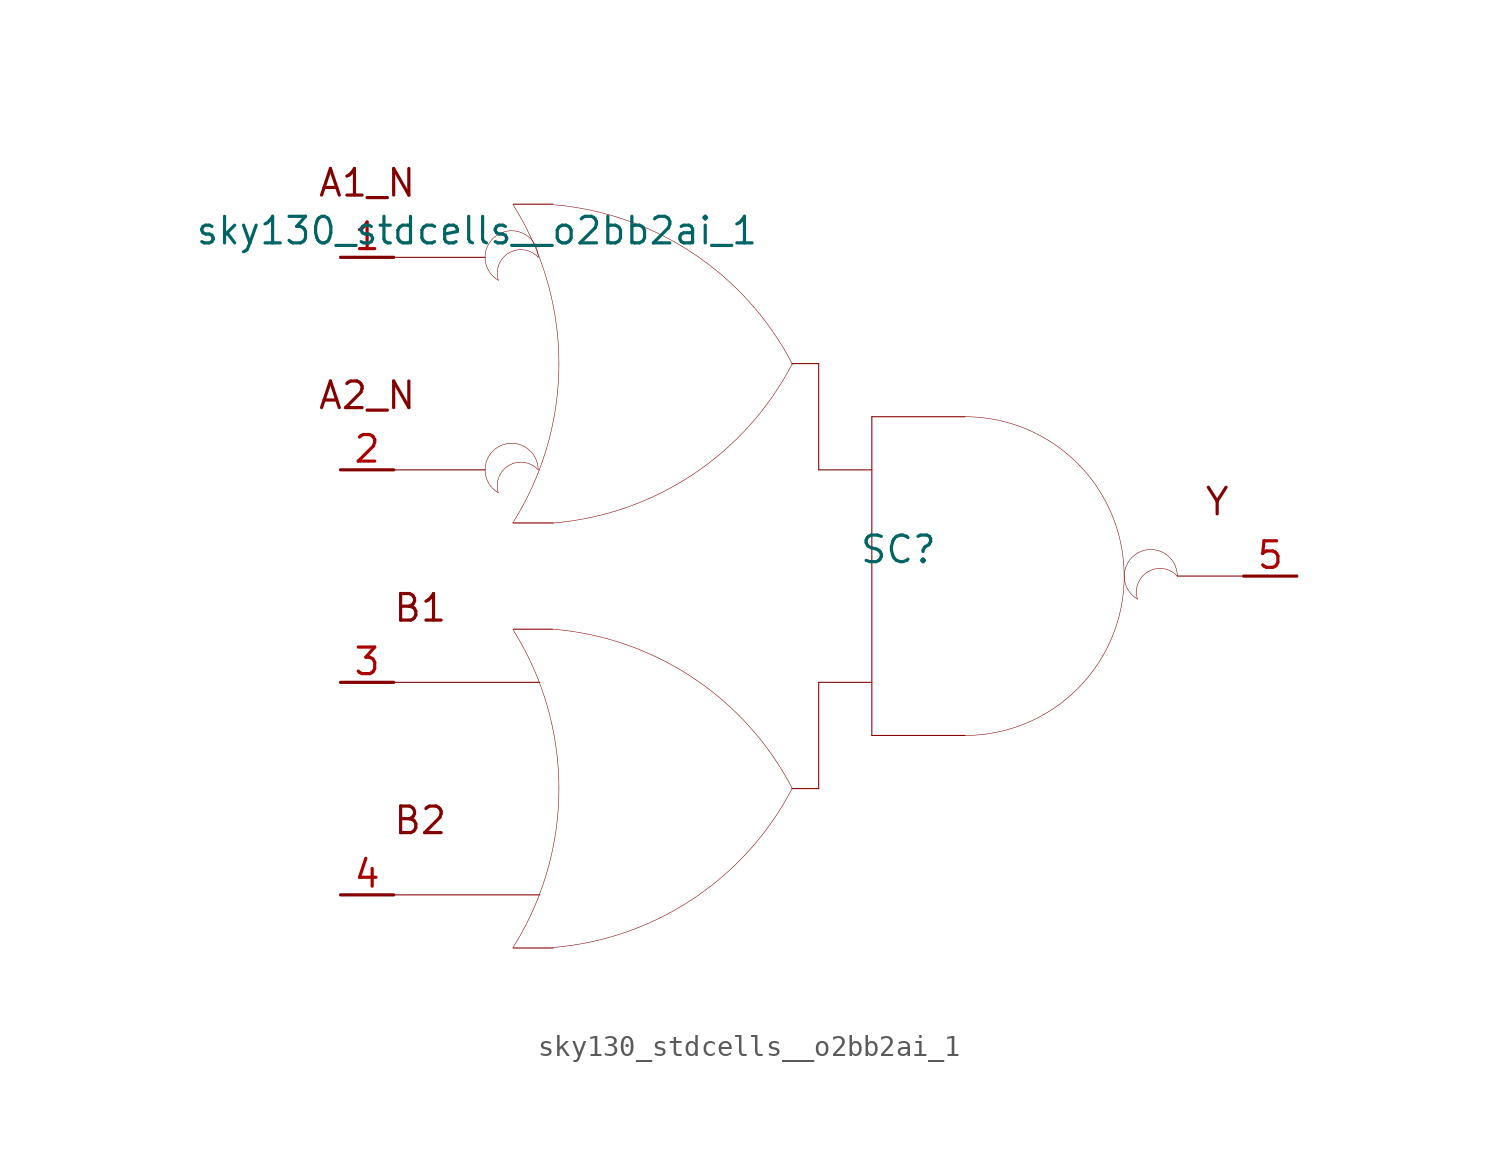
<source format=kicad_sym>
(kicad_symbol_lib
  (version 20211014)
  (generator kicad_symbol_editor)
  (symbol "sky130_stdcells__o2bb2ai_1"
    (pin_names hide)
    (property "Reference" "SC"
      (at 3.81 1.27 0)
      (effects (font (size 1.27 1.27))))
    (property "Value" "sky130_stdcells__o2bb2ai_1"
      (at -2.845 16.51 0)
      (effects (font (size 1.27 1.27)) (justify right)))
    (symbol "sky130_stdcells__o2bb2ai_1_0_0"
      (arc (start -15.3162 6.1799) (mid -15.9512 5.08) (end -15.3162 3.9801) (stroke (width 0.0254) (type default) (color 0 0 0 0)) (fill (type none)))
      (arc (start -15.3162 16.3399) (mid -15.9512 15.24) (end -15.3162 14.1401) (stroke (width 0.0254) (type default) (color 0 0 0 0)) (fill (type none)))
      (arc (start -14.6255 -17.7742) (mid -13.968 -16.618) (end -13.4212 -15.4056) (stroke (width 0.0254) (type default) (color 0 0 0 0)) (fill (type none)))
      (arc (start -14.6255 2.5458) (mid -13.968 3.702) (end -13.4212 4.9144) (stroke (width 0.0254) (type default) (color 0 0 0 0)) (fill (type none)))
      (arc (start -13.4212 -15.4056) (mid -12.9863 -14.1355) (end -12.673 -12.8301) (stroke (width 0.0254) (type default) (color 0 0 0 0)) (fill (type none)))
      (arc (start -13.4212 4.9144) (mid -12.9863 6.1845) (end -12.673 7.4899) (stroke (width 0.0254) (type default) (color 0 0 0 0)) (fill (type none)))
      (arc (start -13.4112 5.08) (mid -15.2681 5.5543) (end -15.3162 3.9801) (stroke (width 0.0254) (type default) (color 0 0 0 0)) (fill (type none)))
      (arc (start -13.4112 5.08) (mid -14.0462 6.1798) (end -15.3162 6.1799) (stroke (width 0.0254) (type default) (color 0 0 0 0)) (fill (type none)))
      (arc (start -13.4112 15.24) (mid -15.2681 15.7143) (end -15.3162 14.1401) (stroke (width 0.0254) (type default) (color 0 0 0 0)) (fill (type none)))
      (arc (start -13.4112 15.24) (mid -14.0462 16.3398) (end -15.3162 16.3399) (stroke (width 0.0254) (type default) (color 0 0 0 0)) (fill (type none)))
      (arc (start -13.403 -4.9607) (mid -13.9512 -3.7352) (end -14.6123 -2.5668) (stroke (width 0.0254) (type default) (color 0 0 0 0)) (fill (type none)))
      (arc (start -13.403 15.3593) (mid -13.9512 16.5848) (end -14.6123 17.7532) (stroke (width 0.0254) (type default) (color 0 0 0 0)) (fill (type none)))
      (arc (start -12.705 -17.7577) (mid -6.011 -15.4332) (end -1.2741 -10.163) (stroke (width 0.0254) (type default) (color 0 0 0 0)) (fill (type none)))
      (arc (start -12.705 2.5369) (mid -6.011 4.8614) (end -1.2741 10.1316) (stroke (width 0.0254) (type default) (color 0 0 0 0)) (fill (type none)))
      (arc (start -12.673 -12.8301) (mid -12.4838 -11.501) (end -12.4206 -10.16) (stroke (width 0.0254) (type default) (color 0 0 0 0)) (fill (type none)))
      (arc (start -12.673 7.4899) (mid -12.4838 8.819) (end -12.4206 10.16) (stroke (width 0.0254) (type default) (color 0 0 0 0)) (fill (type none)))
      (arc (start -12.6684 -7.5144) (mid -12.9761 -6.2204) (end -13.403 -4.9607) (stroke (width 0.0254) (type default) (color 0 0 0 0)) (fill (type none)))
      (arc (start -12.6684 12.8056) (mid -12.9761 14.0996) (end -13.403 15.3593) (stroke (width 0.0254) (type default) (color 0 0 0 0)) (fill (type none)))
      (arc (start -12.4206 -10.16) (mid -12.4827 -8.8314) (end -12.6684 -7.5144) (stroke (width 0.0254) (type default) (color 0 0 0 0)) (fill (type none)))
      (arc (start -12.4206 10.16) (mid -12.4827 11.4886) (end -12.6684 12.8056) (stroke (width 0.0254) (type default) (color 0 0 0 0)) (fill (type none)))
      (arc (start -1.2513 -10.1756) (mid -5.9698 -4.889) (end -12.6556 -2.5411) (stroke (width 0.0254) (type default) (color 0 0 0 0)) (fill (type none)))
      (arc (start -1.2513 10.119) (mid -5.9698 15.4056) (end -12.6556 17.7535) (stroke (width 0.0254) (type default) (color 0 0 0 0)) (fill (type none)))
      (polyline (pts (xy -20.32 -15.24) (xy -13.335 -15.24)) (stroke (width 0.051) (type default) (color 0 0 0 0)) (fill (type none)))
      (polyline (pts (xy -20.32 -5.08) (xy -13.335 -5.08)) (stroke (width 0.051) (type default) (color 0 0 0 0)) (fill (type none)))
      (polyline (pts (xy -20.32 5.08) (xy -15.951 5.08)) (stroke (width 0.051) (type default) (color 0 0 0 0)) (fill (type none)))
      (polyline (pts (xy -20.32 15.24) (xy -15.951 15.24)) (stroke (width 0.051) (type default) (color 0 0 0 0)) (fill (type none)))
      (polyline (pts (xy -14.605 -17.78) (xy -12.7 -17.78)) (stroke (width 0.051) (type default) (color 0 0 0 0)) (fill (type none)))
      (polyline (pts (xy -14.605 -2.54) (xy -12.7 -2.54)) (stroke (width 0.051) (type default) (color 0 0 0 0)) (fill (type none)))
      (polyline (pts (xy -14.605 2.54) (xy -12.7 2.54)) (stroke (width 0.051) (type default) (color 0 0 0 0)) (fill (type none)))
      (polyline (pts (xy -14.605 17.78) (xy -12.7 17.78)) (stroke (width 0.051) (type default) (color 0 0 0 0)) (fill (type none)))
      (polyline (pts (xy -1.27 -10.16) (xy 0 -10.16)) (stroke (width 0.051) (type default) (color 0 0 0 0)) (fill (type none)))
      (polyline (pts (xy -1.27 10.16) (xy 0 10.16)) (stroke (width 0.051) (type default) (color 0 0 0 0)) (fill (type none)))
      (polyline (pts (xy 0 -5.08) (xy 0 -10.16)) (stroke (width 0.051) (type default) (color 0 0 0 0)) (fill (type none)))
      (polyline (pts (xy 0 -5.08) (xy 2.54 -5.08)) (stroke (width 0.051) (type default) (color 0 0 0 0)) (fill (type none)))
      (polyline (pts (xy 0 5.08) (xy 2.54 5.08)) (stroke (width 0.051) (type default) (color 0 0 0 0)) (fill (type none)))
      (polyline (pts (xy 0 10.16) (xy 0 5.08)) (stroke (width 0.051) (type default) (color 0 0 0 0)) (fill (type none)))
      (polyline (pts (xy 2.54 -7.62) (xy 6.985 -7.62)) (stroke (width 0.051) (type default) (color 0 0 0 0)) (fill (type none)))
      (polyline (pts (xy 2.54 7.62) (xy 2.54 -7.62)) (stroke (width 0.051) (type default) (color 0 0 0 0)) (fill (type none)))
      (polyline (pts (xy 2.54 7.62) (xy 6.985 7.62)) (stroke (width 0.051) (type default) (color 0 0 0 0)) (fill (type none)))
      (polyline (pts (xy 17.145 0) (xy 20.32 0)) (stroke (width 0.051) (type default) (color 0 0 0 0)) (fill (type none)))
      (arc (start 6.985 -7.62) (mid 8.9572 -7.3604) (end 10.795 -6.5991) (stroke (width 0.0254) (type default) (color 0 0 0 0)) (fill (type none)))
      (arc (start 10.795 -6.5991) (mid 12.3731 -5.3881) (end 13.5841 -3.81) (stroke (width 0.0254) (type default) (color 0 0 0 0)) (fill (type none)))
      (arc (start 10.795 6.5991) (mid 8.9572 7.3603) (end 6.985 7.62) (stroke (width 0.0254) (type default) (color 0 0 0 0)) (fill (type none)))
      (arc (start 13.5841 -3.81) (mid 14.3453 -1.9722) (end 14.605 0) (stroke (width 0.0254) (type default) (color 0 0 0 0)) (fill (type none)))
      (arc (start 13.5841 3.81) (mid 12.3731 5.3881) (end 10.795 6.5991) (stroke (width 0.0254) (type default) (color 0 0 0 0)) (fill (type none)))
      (arc (start 14.605 0) (mid 14.3454 1.9722) (end 13.5841 3.81) (stroke (width 0.0254) (type default) (color 0 0 0 0)) (fill (type none)))
      (arc (start 15.24 1.0999) (mid 14.605 0) (end 15.24 -1.0999) (stroke (width 0.0254) (type default) (color 0 0 0 0)) (fill (type none)))
      (arc (start 17.145 0) (mid 15.2881 0.4743) (end 15.24 -1.0999) (stroke (width 0.0254) (type default) (color 0 0 0 0)) (fill (type none)))
      (arc (start 17.145 0) (mid 16.51 1.0998) (end 15.24 1.0999) (stroke (width 0.0254) (type default) (color 0 0 0 0)) (fill (type none)))
      (text "A1_N" (at -21.59 18.796 0) (effects (font (size 1.27 1.27))))
      (text "A2_N" (at -21.59 8.636 0) (effects (font (size 1.27 1.27))))
      (text "B1" (at -19.05 -1.524 0) (effects (font (size 1.27 1.27))))
      (text "B2" (at -19.05 -11.684 0) (effects (font (size 1.27 1.27))))
      (text "Y" (at 19.05 3.556 0) (effects (font (size 1.27 1.27)))))
    (symbol "sky130_stdcells__o2bb2ai_1_1_1"
      (pin input line (at -22.86 15.24 0) (length 2.54) (name "A1_N" (effects (font (size 1.092 1.092)))) (number "1" (effects (font (size 1.27 1.27)))))
      (pin input line (at -22.86 5.08 0) (length 2.54) (name "A2_N" (effects (font (size 1.092 1.092)))) (number "2" (effects (font (size 1.27 1.27)))))
      (pin input line (at -22.86 -5.08 0) (length 2.54) (name "B1" (effects (font (size 1.092 1.092)))) (number "3" (effects (font (size 1.27 1.27)))))
      (pin input line (at -22.86 -15.24 0) (length 2.54) (name "B2" (effects (font (size 1.092 1.092)))) (number "4" (effects (font (size 1.27 1.27)))))
      (pin output line (at 22.86 0 180) (length 2.54) (name "Y" (effects (font (size 1.092 1.092)))) (number "5" (effects (font (size 1.27 1.27))))))))
</source>
